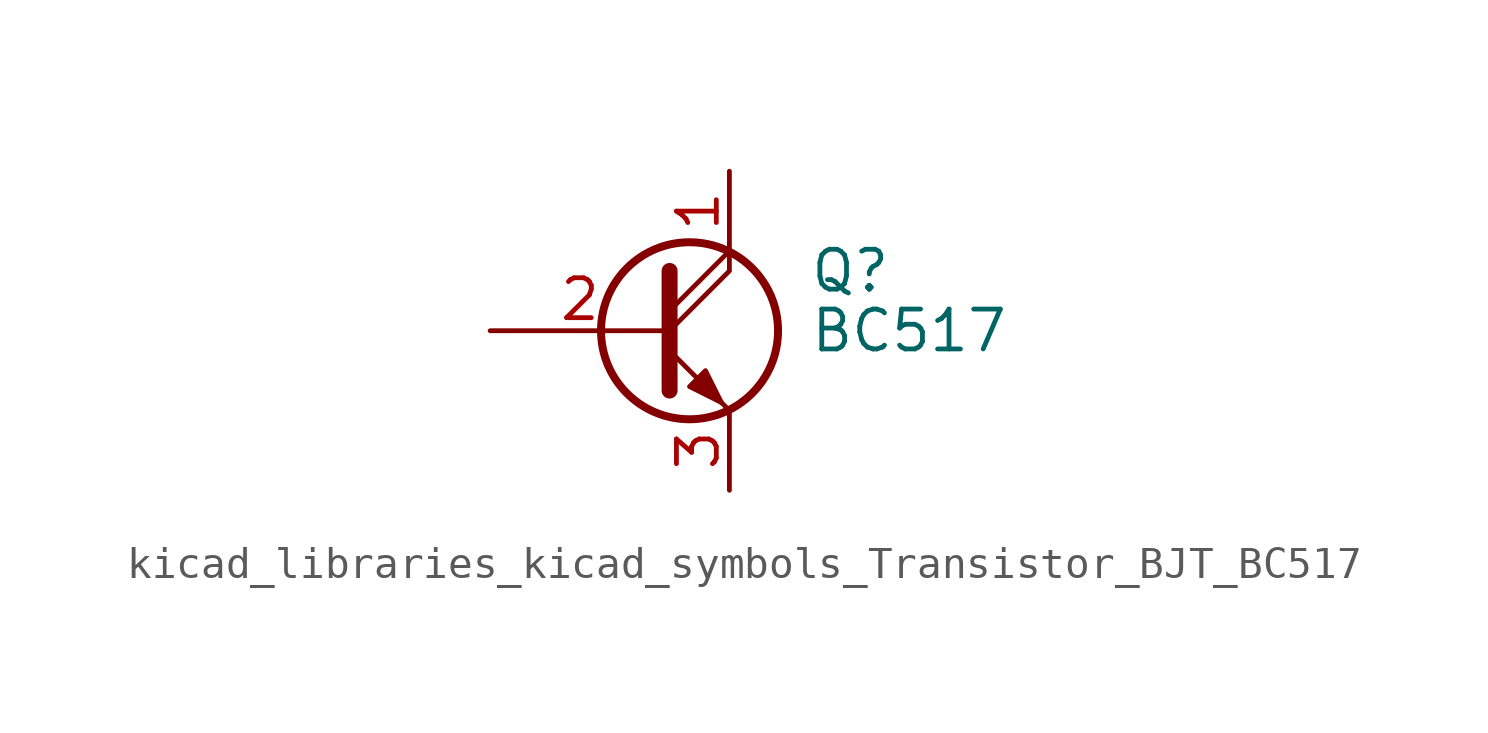
<source format=kicad_sym>
(kicad_symbol_lib
  (version 20220914)
  (generator kicad_symbol_editor)
  (symbol "kicad_libraries_kicad_symbols_Transistor_BJT_BC517"
    (pin_names
      (offset 0) hide)
    (property "Reference" "Q"
      (at 5.08 1.905 0)
      (effects (font (size 1.27 1.27)) (justify left)))
    (property "Value" "BC517"
      (at 5.08 0 0)
      (effects (font (size 1.27 1.27)) (justify left)))
    (symbol "kicad_libraries_kicad_symbols_Transistor_BJT_BC517_0_1"
      (polyline (pts (xy 0.635 0.635) (xy 2.54 2.54)) (stroke (width 0) (type default)) (fill (type none)))
      (polyline (pts (xy 0.635 -0.635) (xy 2.54 -2.54) (xy 2.54 -2.54)) (stroke (width 0) (type default)) (fill (type none)))
      (polyline (pts (xy 0.635 0) (xy 2.54 1.905) (xy 2.54 2.54)) (stroke (width 0) (type default)) (fill (type none)))
      (polyline (pts (xy 0.635 1.905) (xy 0.635 -1.905) (xy 0.635 -1.905)) (stroke (width 0.508) (type default)) (fill (type none)))
      (polyline (pts (xy 1.27 -1.778) (xy 1.778 -1.27) (xy 2.286 -2.286) (xy 1.27 -1.778) (xy 1.27 -1.778)) (stroke (width 0) (type default)) (fill (type outline)))
      (circle (center 1.27 0) (radius 2.819) (stroke (width 0.254) (type default)) (fill (type none))))
    (symbol "kicad_libraries_kicad_symbols_Transistor_BJT_BC517_1_1"
      (pin passive line (at 2.54 5.08 270) (length 2.54) (name "C" (effects (font (size 1.27 1.27)))) (number "1" (effects (font (size 1.27 1.27)))))
      (pin input line (at -5.08 0 0) (length 5.715) (name "B" (effects (font (size 1.27 1.27)))) (number "2" (effects (font (size 1.27 1.27)))))
      (pin passive line (at 2.54 -5.08 90) (length 2.54) (name "E" (effects (font (size 1.27 1.27)))) (number "3" (effects (font (size 1.27 1.27))))))))
</source>
